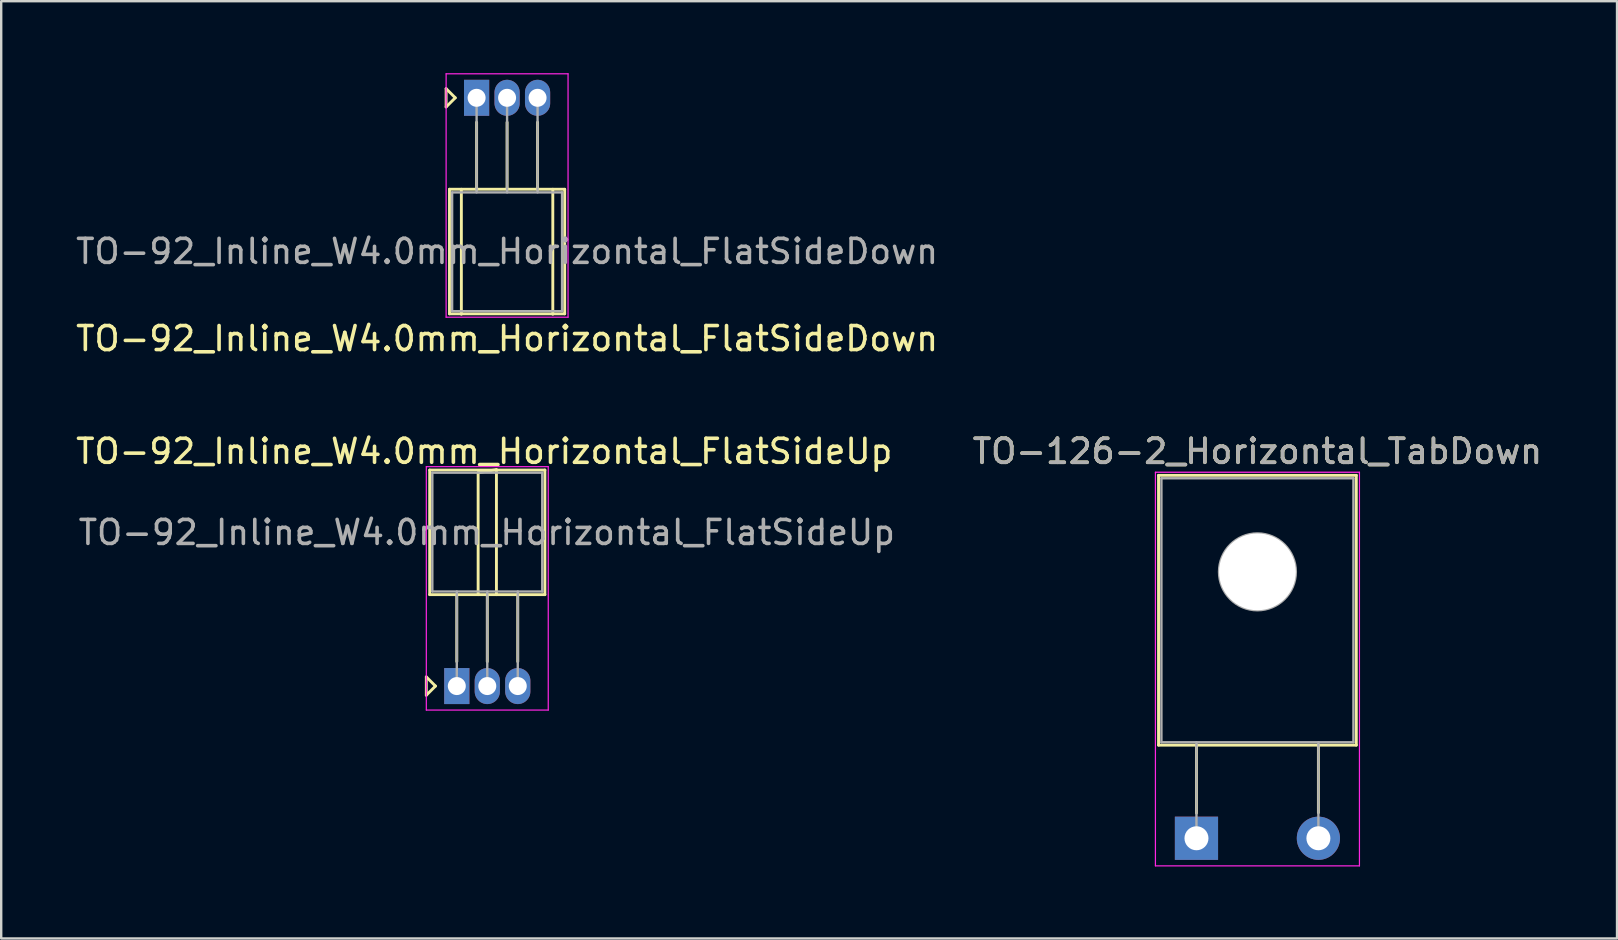
<source format=kicad_pcb>
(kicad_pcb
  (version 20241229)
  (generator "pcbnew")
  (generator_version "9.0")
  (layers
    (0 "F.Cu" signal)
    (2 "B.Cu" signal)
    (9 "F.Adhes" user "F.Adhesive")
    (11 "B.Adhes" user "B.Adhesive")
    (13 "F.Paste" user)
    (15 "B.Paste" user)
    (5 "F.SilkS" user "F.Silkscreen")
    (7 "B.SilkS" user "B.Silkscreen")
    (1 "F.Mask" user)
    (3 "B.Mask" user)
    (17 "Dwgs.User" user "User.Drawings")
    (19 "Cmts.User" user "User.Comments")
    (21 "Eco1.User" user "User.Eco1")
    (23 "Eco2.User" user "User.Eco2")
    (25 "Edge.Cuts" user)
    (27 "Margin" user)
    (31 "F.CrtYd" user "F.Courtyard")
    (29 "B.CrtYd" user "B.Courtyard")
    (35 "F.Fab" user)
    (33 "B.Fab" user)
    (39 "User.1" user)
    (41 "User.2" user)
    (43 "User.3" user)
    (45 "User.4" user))
  (footprint "TO-92_Inline_W4.0mm_Horizontal_FlatSideDown"
    (layer "F.Cu")
    (at 16.807 1.025)
    (property "Reference" "TO-92_Inline_W4.0mm_Horizontal_FlatSideDown" (at 1.27 10.033 0) (layer "F.SilkS") (effects (font (size 1 1) (thickness 0.15))))
    (attr through_hole)
    (fp_line (start -1.27 -0.381) (end -1.27 0.381) (stroke (width 0.12) (type solid)) (layer "F.SilkS"))
    (fp_line (start -1.27 0.381) (end -0.889 0) (stroke (width 0.12) (type solid)) (layer "F.SilkS"))
    (fp_line (start -1.13 3.81) (end 3.67 3.81) (stroke (width 0.12) (type solid)) (layer "F.SilkS"))
    (fp_line (start -1.13 9) (end -1.13 3.81) (stroke (width 0.12) (type solid)) (layer "F.SilkS"))
    (fp_line (start -0.889 0) (end -1.27 -0.381) (stroke (width 0.12) (type solid)) (layer "F.SilkS"))
    (fp_line (start -0.635 3.81) (end -0.635 9.017) (stroke (width 0.12) (type solid)) (layer "F.SilkS"))
    (fp_line (start 0 1.02) (end 0 3.81) (stroke (width 0.12) (type solid)) (layer "F.SilkS"))
    (fp_line (start 1.27 1.02) (end 1.27 3.81) (stroke (width 0.12) (type solid)) (layer "F.SilkS"))
    (fp_line (start 2.54 1.02) (end 2.54 3.81) (stroke (width 0.12) (type solid)) (layer "F.SilkS"))
    (fp_line (start 3.175 3.81) (end 3.175 9.017) (stroke (width 0.12) (type solid)) (layer "F.SilkS"))
    (fp_line (start 3.67 3.81) (end 3.67 9) (stroke (width 0.12) (type solid)) (layer "F.SilkS"))
    (fp_line (start 3.67 9) (end -1.13 9) (stroke (width 0.12) (type solid)) (layer "F.SilkS"))
    (fp_line (start -1.27 -1) (end -1.27 9.14) (stroke (width 0.05) (type solid)) (layer "F.CrtYd"))
    (fp_line (start -1.27 -1) (end 3.81 -1) (stroke (width 0.05) (type solid)) (layer "F.CrtYd"))
    (fp_line (start 3.81 9.14) (end -1.27 9.14) (stroke (width 0.05) (type solid)) (layer "F.CrtYd"))
    (fp_line (start 3.81 9.14) (end 3.81 -1) (stroke (width 0.05) (type solid)) (layer "F.CrtYd"))
    (fp_line (start -1.02 3.94) (end 3.56 3.94) (stroke (width 0.1) (type solid)) (layer "F.Fab"))
    (fp_line (start -1.02 8.89) (end -1.02 3.94) (stroke (width 0.1) (type solid)) (layer "F.Fab"))
    (fp_line (start 0 3.94) (end 0 0) (stroke (width 0.1) (type solid)) (layer "F.Fab"))
    (fp_line (start 1.27 3.94) (end 1.27 0) (stroke (width 0.1) (type solid)) (layer "F.Fab"))
    (fp_line (start 2.54 3.94) (end 2.54 0) (stroke (width 0.1) (type solid)) (layer "F.Fab"))
    (fp_line (start 3.56 3.94) (end 3.56 8.89) (stroke (width 0.1) (type solid)) (layer "F.Fab"))
    (fp_line (start 3.56 8.89) (end -1.02 8.89) (stroke (width 0.1) (type solid)) (layer "F.Fab"))
    (fp_text user "${REFERENCE}" (at 1.27 6.4 0) (layer "F.Fab") (effects (font (size 1 1) (thickness 0.15))))
    (pad "1" thru_hole rect (at 0 0) (size 1.05 1.5) (drill 0.75) (layers "*.Cu" "*.Mask"))
    (pad "2" thru_hole oval (at 1.27 0) (size 1.05 1.5) (drill 0.75) (layers "*.Cu" "*.Mask"))
    (pad "3" thru_hole oval (at 2.54 0) (size 1.05 1.5) (drill 0.75) (layers "*.Cu" "*.Mask")))
  (footprint "TO-92_Inline_W4.0mm_Horizontal_FlatSideUp"
    (layer "F.Cu")
    (at 15.982 25.534)
    (property "Reference" "TO-92_Inline_W4.0mm_Horizontal_FlatSideUp" (at 1.143 -9.779 0) (layer "F.SilkS") (effects (font (size 1 1) (thickness 0.15))))
    (attr through_hole)
    (fp_line (start -1.27 -0.381) (end -1.27 0.381) (stroke (width 0.12) (type solid)) (layer "F.SilkS"))
    (fp_line (start -1.27 0.381) (end -0.889 0) (stroke (width 0.12) (type solid)) (layer "F.SilkS"))
    (fp_line (start -1.13 -9) (end -1.13 -3.81) (stroke (width 0.12) (type solid)) (layer "F.SilkS"))
    (fp_line (start -1.13 -3.81) (end 3.67 -3.81) (stroke (width 0.12) (type solid)) (layer "F.SilkS"))
    (fp_line (start -0.889 0) (end -1.27 -0.381) (stroke (width 0.12) (type solid)) (layer "F.SilkS"))
    (fp_line (start 0 -1.02) (end 0 -3.81) (stroke (width 0.12) (type solid)) (layer "F.SilkS"))
    (fp_line (start 0.889 -8.89) (end 1.651 -9.017) (stroke (width 0.12) (type solid)) (layer "F.SilkS"))
    (fp_line (start 0.889 -3.81) (end 0.889 -8.89) (stroke (width 0.12) (type solid)) (layer "F.SilkS"))
    (fp_line (start 1.27 -1.02) (end 1.27 -3.81) (stroke (width 0.12) (type solid)) (layer "F.SilkS"))
    (fp_line (start 1.651 -9.017) (end 1.651 -3.81) (stroke (width 0.12) (type solid)) (layer "F.SilkS"))
    (fp_line (start 2.54 -1.02) (end 2.54 -3.81) (stroke (width 0.12) (type solid)) (layer "F.SilkS"))
    (fp_line (start 3.67 -9) (end -1.13 -9) (stroke (width 0.12) (type solid)) (layer "F.SilkS"))
    (fp_line (start 3.67 -3.81) (end 3.67 -9) (stroke (width 0.12) (type solid)) (layer "F.SilkS"))
    (fp_line (start -1.27 -9.14) (end -1.27 1) (stroke (width 0.05) (type solid)) (layer "F.CrtYd"))
    (fp_line (start -1.27 -9.14) (end 3.81 -9.14) (stroke (width 0.05) (type solid)) (layer "F.CrtYd"))
    (fp_line (start 3.81 1) (end -1.27 1) (stroke (width 0.05) (type solid)) (layer "F.CrtYd"))
    (fp_line (start 3.81 1) (end 3.81 -9.14) (stroke (width 0.05) (type solid)) (layer "F.CrtYd"))
    (fp_line (start -1.02 -8.89) (end -1.02 -3.94) (stroke (width 0.1) (type solid)) (layer "F.Fab"))
    (fp_line (start -1.02 -3.94) (end 3.56 -3.94) (stroke (width 0.1) (type solid)) (layer "F.Fab"))
    (fp_line (start 0 -3.94) (end 0 0) (stroke (width 0.1) (type solid)) (layer "F.Fab"))
    (fp_line (start 1.27 -3.94) (end 1.27 0) (stroke (width 0.1) (type solid)) (layer "F.Fab"))
    (fp_line (start 2.54 -3.94) (end 2.54 0) (stroke (width 0.1) (type solid)) (layer "F.Fab"))
    (fp_line (start 3.56 -8.89) (end -1.02 -8.89) (stroke (width 0.1) (type solid)) (layer "F.Fab"))
    (fp_line (start 3.56 -3.94) (end 3.56 -8.89) (stroke (width 0.1) (type solid)) (layer "F.Fab"))
    (fp_text user "${REFERENCE}" (at 1.25 -6.4 0) (layer "F.Fab") (effects (font (size 1 1) (thickness 0.15))))
    (pad "1" thru_hole rect (at 0 0) (size 1.05 1.5) (drill 0.75) (layers "*.Cu" "*.Mask"))
    (pad "2" thru_hole oval (at 1.27 0) (size 1.05 1.5) (drill 0.75) (layers "*.Cu" "*.Mask"))
    (pad "3" thru_hole oval (at 2.54 0) (size 1.05 1.5) (drill 0.75) (layers "*.Cu" "*.Mask")))
  (footprint "TO-126-2_Horizontal_TabDown"
    (layer "F.Cu")
    (at 46.799 31.875)
    (property "Reference" "TO-126-2_Horizontal_TabDown" (at 2.54 -16.12 0) (layer "F.SilkS") (effects (font (size 1 1) (thickness 0.15))))
    (attr through_hole)
    (fp_line (start -1.58 -15.12) (end -1.58 -3.88) (stroke (width 0.12) (type solid)) (layer "F.SilkS"))
    (fp_line (start -1.58 -15.12) (end 6.66 -15.12) (stroke (width 0.12) (type solid)) (layer "F.SilkS"))
    (fp_line (start -1.58 -3.88) (end 6.66 -3.88) (stroke (width 0.12) (type solid)) (layer "F.SilkS"))
    (fp_line (start 0 -3.88) (end 0 -1.05) (stroke (width 0.12) (type solid)) (layer "F.SilkS"))
    (fp_line (start 5.08 -3.88) (end 5.08 -1.066) (stroke (width 0.12) (type solid)) (layer "F.SilkS"))
    (fp_line (start 6.66 -15.12) (end 6.66 -3.88) (stroke (width 0.12) (type solid)) (layer "F.SilkS"))
    (fp_line (start -1.71 -15.25) (end -1.71 1.15) (stroke (width 0.05) (type solid)) (layer "F.CrtYd"))
    (fp_line (start -1.71 1.15) (end 6.79 1.15) (stroke (width 0.05) (type solid)) (layer "F.CrtYd"))
    (fp_line (start 6.79 -15.25) (end -1.71 -15.25) (stroke (width 0.05) (type solid)) (layer "F.CrtYd"))
    (fp_line (start 6.79 1.15) (end 6.79 -15.25) (stroke (width 0.05) (type solid)) (layer "F.CrtYd"))
    (fp_line (start -1.46 -15) (end 6.54 -15) (stroke (width 0.1) (type solid)) (layer "F.Fab"))
    (fp_line (start -1.46 -4) (end -1.46 -15) (stroke (width 0.1) (type solid)) (layer "F.Fab"))
    (fp_line (start 0 -4) (end 0 0) (stroke (width 0.1) (type solid)) (layer "F.Fab"))
    (fp_line (start 5.08 -4) (end 5.08 0) (stroke (width 0.1) (type solid)) (layer "F.Fab"))
    (fp_line (start 6.54 -15) (end 6.54 -4) (stroke (width 0.1) (type solid)) (layer "F.Fab"))
    (fp_line (start 6.54 -4) (end -1.46 -4) (stroke (width 0.1) (type solid)) (layer "F.Fab"))
    (fp_circle (center 2.54 -11.1) (end 4.14 -11.1) (stroke (width 0.1) (type solid)) (fill no) (layer "F.Fab"))
    (fp_text user "${REFERENCE}" (at 2.54 -16.12 0) (layer "F.Fab") (effects (font (size 1 1) (thickness 0.15))))
    (pad "" np_thru_hole oval (at 2.54 -11.1) (size 3.2 3.2) (drill 3.2) (layers "*.Cu" "*.Mask"))
    (pad "1" thru_hole rect (at 0 0) (size 1.8 1.8) (drill 1) (layers "*.Cu" "*.Mask"))
    (pad "2" thru_hole oval (at 5.08 0) (size 1.8 1.8) (drill 1) (layers "*.Cu" "*.Mask")))
  (gr_rect
    (start -3 -3)
    (end 64.321 36.05)
    (stroke (width 0.1) (type default))
    (fill no)
    (layer "Edge.Cuts")))
</source>
